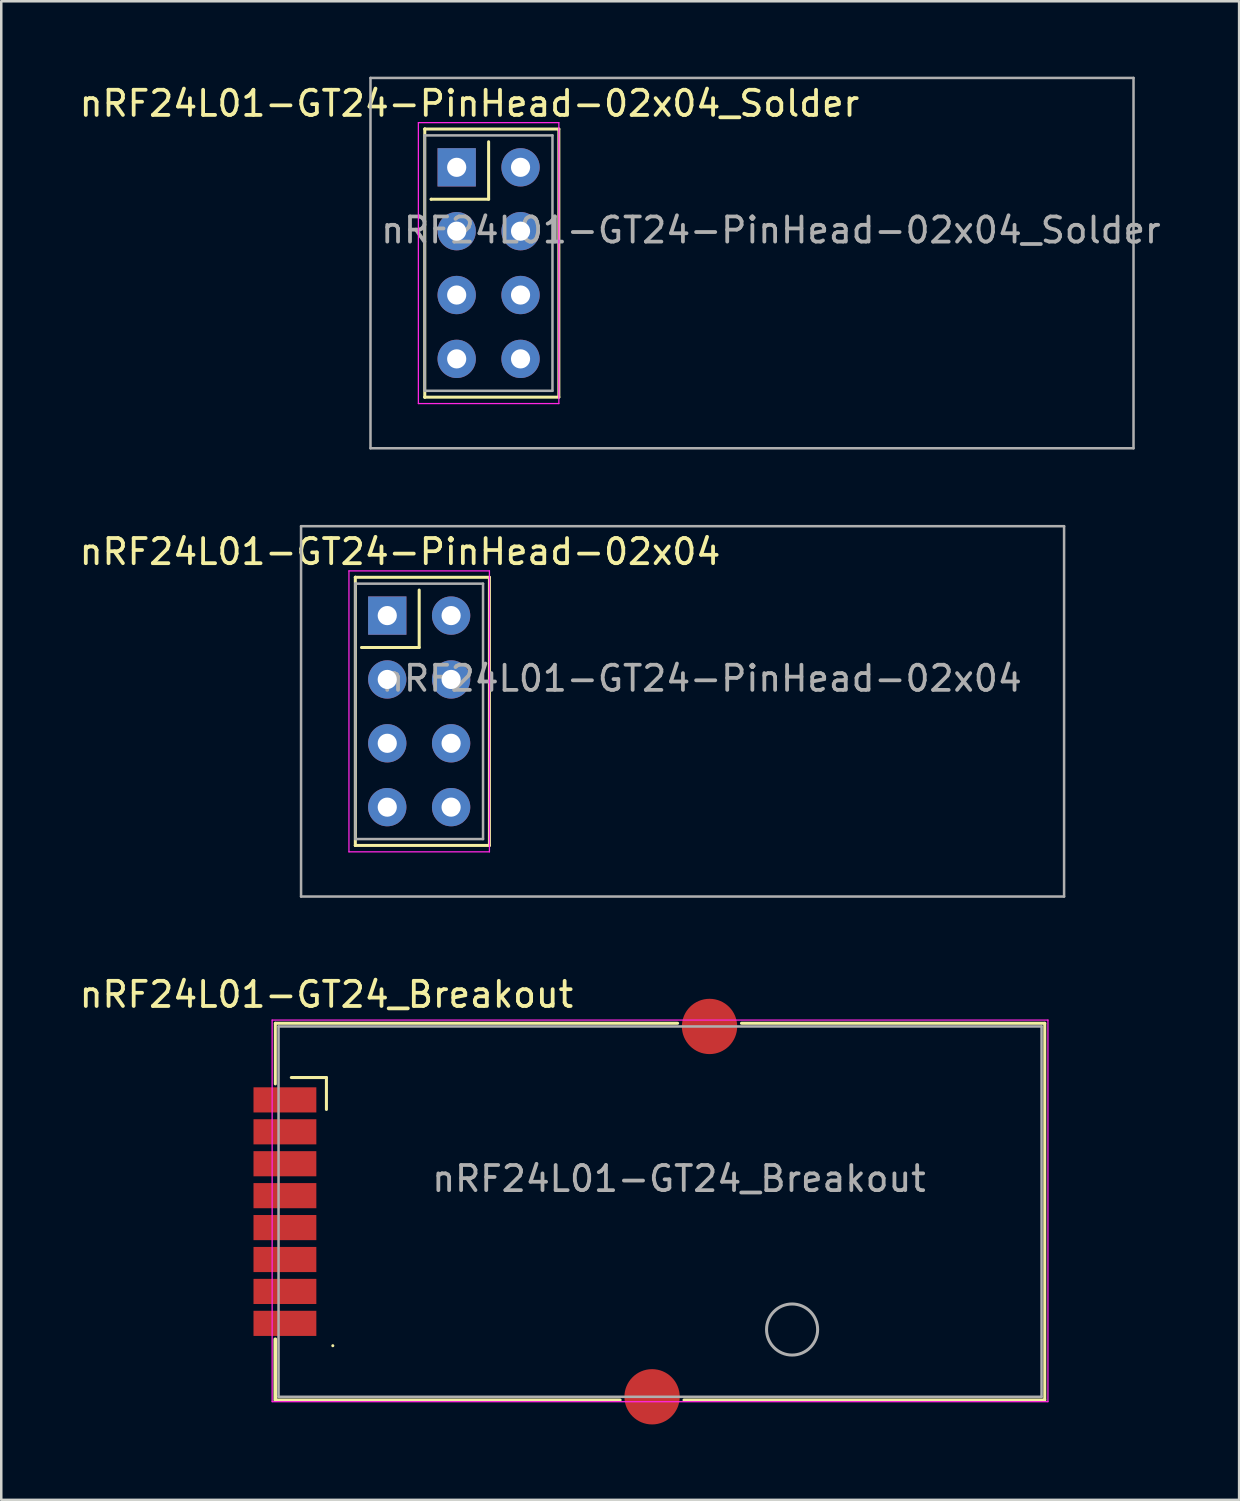
<source format=kicad_pcb>
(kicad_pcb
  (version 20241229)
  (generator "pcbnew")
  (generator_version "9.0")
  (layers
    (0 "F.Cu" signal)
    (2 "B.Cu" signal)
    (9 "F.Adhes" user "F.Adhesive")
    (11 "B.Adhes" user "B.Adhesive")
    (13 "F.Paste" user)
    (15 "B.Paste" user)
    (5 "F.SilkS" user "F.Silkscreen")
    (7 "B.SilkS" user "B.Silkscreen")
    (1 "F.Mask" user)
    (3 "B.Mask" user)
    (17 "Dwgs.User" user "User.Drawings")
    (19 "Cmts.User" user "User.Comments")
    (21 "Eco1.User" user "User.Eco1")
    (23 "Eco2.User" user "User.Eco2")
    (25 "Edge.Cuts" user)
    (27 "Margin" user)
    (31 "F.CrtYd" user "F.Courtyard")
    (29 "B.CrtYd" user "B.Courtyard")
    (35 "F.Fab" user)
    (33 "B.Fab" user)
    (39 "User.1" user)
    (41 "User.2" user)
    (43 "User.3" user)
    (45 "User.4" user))
  (footprint "nRF24L01-GT24-PinHead-02x04_Solder"
    (layer "F.Cu")
    (at 15.117 3.606)
    (property "Reference" "nRF24L01-GT24-PinHead-02x04_Solder" (at 0.508 -2.54 0) (layer "F.SilkS") (effects (font (size 1 1) (thickness 0.15))))
    (attr through_hole)
    (fp_line (start -1.27 -1.524) (end -1.27 -1.524) (stroke (width 0.12) (type solid)) (layer "F.SilkS"))
    (fp_line (start -1.27 -1.524) (end 4.064 -1.524) (stroke (width 0.12) (type solid)) (layer "F.SilkS"))
    (fp_line (start -1.27 9.144) (end -1.27 -1.524) (stroke (width 0.12) (type solid)) (layer "F.SilkS"))
    (fp_line (start -1.27 9.144) (end -1.27 9.144) (stroke (width 0.12) (type solid)) (layer "F.SilkS"))
    (fp_line (start -1.016 1.27) (end -1.016 1.27) (stroke (width 0.12) (type solid)) (layer "F.SilkS"))
    (fp_line (start 1.27 -1.016) (end 1.27 1.27) (stroke (width 0.12) (type solid)) (layer "F.SilkS"))
    (fp_line (start 1.27 1.27) (end -1.016 1.27) (stroke (width 0.12) (type solid)) (layer "F.SilkS"))
    (fp_line (start 4.064 -1.524) (end 4.064 9.144) (stroke (width 0.12) (type solid)) (layer "F.SilkS"))
    (fp_line (start 4.064 9.144) (end -1.27 9.144) (stroke (width 0.12) (type solid)) (layer "F.SilkS"))
    (fp_line (start -1.524 -1.778) (end -1.524 9.398) (stroke (width 0.05) (type solid)) (layer "F.CrtYd"))
    (fp_line (start -1.524 9.398) (end 4.064 9.398) (stroke (width 0.05) (type solid)) (layer "F.CrtYd"))
    (fp_line (start 4.064 -1.778) (end -1.524 -1.778) (stroke (width 0.05) (type solid)) (layer "F.CrtYd"))
    (fp_line (start 4.064 9.398) (end 4.064 -1.778) (stroke (width 0.05) (type solid)) (layer "F.CrtYd"))
    (fp_line (start -3.429 -3.556) (end 26.924 -3.556) (stroke (width 0.1) (type solid)) (layer "F.Fab"))
    (fp_line (start -3.429 11.176) (end -3.429 -3.556) (stroke (width 0.1) (type solid)) (layer "F.Fab"))
    (fp_line (start -1.27 -1.27) (end -1.27 -1.27) (stroke (width 0.1) (type solid)) (layer "F.Fab"))
    (fp_line (start -1.27 -1.27) (end 3.81 -1.27) (stroke (width 0.1) (type solid)) (layer "F.Fab"))
    (fp_line (start -1.27 8.89) (end -1.27 -1.27) (stroke (width 0.1) (type solid)) (layer "F.Fab"))
    (fp_line (start 3.81 -1.27) (end 3.81 8.89) (stroke (width 0.1) (type solid)) (layer "F.Fab"))
    (fp_line (start 3.81 8.89) (end -1.27 8.89) (stroke (width 0.1) (type solid)) (layer "F.Fab"))
    (fp_line (start 26.924 -3.556) (end 26.924 11.176) (stroke (width 0.1) (type solid)) (layer "F.Fab"))
    (fp_line (start 26.924 11.176) (end -3.429 11.176) (stroke (width 0.1) (type solid)) (layer "F.Fab"))
    (fp_text user "${REFERENCE}" (at 12.5 2.5 0) (layer "F.Fab") (effects (font (size 1 1) (thickness 0.15))))
    (pad "1" thru_hole rect (at 0 0) (size 1.524 1.524) (drill 0.762) (layers "*.Cu" "*.Mask"))
    (pad "2" thru_hole circle (at 2.54 0) (size 1.524 1.524) (drill 0.762) (layers "*.Cu" "*.Mask"))
    (pad "3" thru_hole circle (at 0 2.54) (size 1.524 1.524) (drill 0.762) (layers "*.Cu" "*.Mask"))
    (pad "4" thru_hole circle (at 2.54 2.54) (size 1.524 1.524) (drill 0.762) (layers "*.Cu" "*.Mask"))
    (pad "5" thru_hole circle (at 0 5.08) (size 1.524 1.524) (drill 0.762) (layers "*.Cu" "*.Mask"))
    (pad "6" thru_hole circle (at 2.54 5.08) (size 1.524 1.524) (drill 0.762) (layers "*.Cu" "*.Mask"))
    (pad "7" thru_hole circle (at 0 7.62) (size 1.524 1.524) (drill 0.762) (layers "*.Cu" "*.Mask"))
    (pad "8" thru_hole circle (at 2.54 7.62) (size 1.524 1.524) (drill 0.762) (layers "*.Cu" "*.Mask")))
  (footprint "nRF24L01-GT24_Breakout"
    (layer "F.Cu")
    (at 11.459 41.338)
    (property "Reference" "nRF24L01-GT24_Breakout" (at -1.524 -4.826 0) (layer "F.SilkS") (effects (font (size 1 1) (thickness 0.15))))
    (attr through_hole)
    (fp_line (start -3.556 -3.683) (end 12.446 -3.683) (stroke (width 0.12) (type solid)) (layer "F.SilkS"))
    (fp_line (start -3.556 -1.27) (end -3.556 -3.683) (stroke (width 0.12) (type solid)) (layer "F.SilkS"))
    (fp_line (start -3.556 8.89) (end -3.556 11.303) (stroke (width 0.15) (type solid)) (layer "F.SilkS"))
    (fp_line (start -1.524 -1.524) (end -2.921 -1.524) (stroke (width 0.12) (type solid)) (layer "F.SilkS"))
    (fp_line (start -1.524 -0.254) (end -1.524 -1.524) (stroke (width 0.12) (type solid)) (layer "F.SilkS"))
    (fp_line (start -1.27 9.144) (end -1.27 9.144) (stroke (width 0.12) (type solid)) (layer "F.SilkS"))
    (fp_line (start 10.16 11.303) (end -3.556 11.303) (stroke (width 0.12) (type solid)) (layer "F.SilkS"))
    (fp_line (start 12.7 11.303) (end 27.051 11.303) (stroke (width 0.12) (type solid)) (layer "F.SilkS"))
    (fp_line (start 14.986 -3.683) (end 27.051 -3.683) (stroke (width 0.12) (type solid)) (layer "F.SilkS"))
    (fp_line (start 27.051 -3.683) (end 27.051 11.303) (stroke (width 0.12) (type solid)) (layer "F.SilkS"))
    (fp_line (start -3.683 -3.81) (end -3.683 11.37) (stroke (width 0.05) (type solid)) (layer "F.CrtYd"))
    (fp_line (start -3.683 11.37) (end 27.178 11.37) (stroke (width 0.05) (type solid)) (layer "F.CrtYd"))
    (fp_line (start 27.178 -3.81) (end -3.683 -3.81) (stroke (width 0.05) (type solid)) (layer "F.CrtYd"))
    (fp_line (start 27.178 11.37) (end 27.178 -3.81) (stroke (width 0.05) (type solid)) (layer "F.CrtYd"))
    (fp_line (start -3.429 -3.556) (end 26.924 -3.556) (stroke (width 0.1) (type solid)) (layer "F.Fab"))
    (fp_line (start -3.429 11.176) (end -3.429 -3.556) (stroke (width 0.1) (type solid)) (layer "F.Fab"))
    (fp_line (start 26.924 -3.556) (end 26.924 11.176) (stroke (width 0.1) (type solid)) (layer "F.Fab"))
    (fp_line (start 26.924 11.176) (end -3.429 11.176) (stroke (width 0.1) (type solid)) (layer "F.Fab"))
    (fp_circle (center 17 8.5) (end 18.016 8.5) (stroke (width 0.12) (type solid)) (fill no) (layer "F.Fab"))
    (fp_text user "${REFERENCE}" (at 12.5 2.5 0) (layer "F.Fab") (effects (font (size 1 1) (thickness 0.15))))
    (pad "1" smd rect (at -3.175 8.255) (size 2.5 1) (layers "F.Cu" "F.Mask" "F.Paste"))
    (pad "1" smd circle (at 11.43 11.176) (size 2.2 2.2) (layers "F.Cu" "F.Mask" "F.Paste"))
    (pad "1" smd circle (at 13.716 -3.556) (size 2.2 2.2) (layers "F.Cu" "F.Mask" "F.Paste"))
    (pad "2" smd rect (at -3.175 -0.635) (size 2.5 1) (layers "F.Cu" "F.Mask" "F.Paste"))
    (pad "3" smd rect (at -3.175 0.635) (size 2.5 1) (layers "F.Cu" "F.Mask" "F.Paste"))
    (pad "4" smd rect (at -3.175 1.905) (size 2.5 1) (layers "F.Cu" "F.Mask" "F.Paste"))
    (pad "5" smd rect (at -3.175 3.175) (size 2.5 1) (layers "F.Cu" "F.Mask" "F.Paste"))
    (pad "6" smd rect (at -3.175 4.445) (size 2.5 1) (layers "F.Cu" "F.Mask" "F.Paste"))
    (pad "7" smd rect (at -3.175 5.715) (size 2.5 1) (layers "F.Cu" "F.Mask" "F.Paste"))
    (pad "8" smd rect (at -3.175 6.985) (size 2.5 1) (layers "F.Cu" "F.Mask" "F.Paste")))
  (footprint "nRF24L01-GT24-PinHead-02x04"
    (layer "F.Cu")
    (at 12.355 21.438)
    (property "Reference" "nRF24L01-GT24-PinHead-02x04" (at 0.508 -2.54 0) (layer "F.SilkS") (effects (font (size 1 1) (thickness 0.15))))
    (attr through_hole)
    (fp_line (start -1.27 -1.524) (end -1.27 -1.524) (stroke (width 0.12) (type solid)) (layer "F.SilkS"))
    (fp_line (start -1.27 -1.524) (end 4.064 -1.524) (stroke (width 0.12) (type solid)) (layer "F.SilkS"))
    (fp_line (start -1.27 9.144) (end -1.27 -1.524) (stroke (width 0.12) (type solid)) (layer "F.SilkS"))
    (fp_line (start -1.27 9.144) (end -1.27 9.144) (stroke (width 0.12) (type solid)) (layer "F.SilkS"))
    (fp_line (start -1.016 1.27) (end -1.016 1.27) (stroke (width 0.12) (type solid)) (layer "F.SilkS"))
    (fp_line (start 1.27 -1.016) (end 1.27 1.27) (stroke (width 0.12) (type solid)) (layer "F.SilkS"))
    (fp_line (start 1.27 1.27) (end -1.016 1.27) (stroke (width 0.12) (type solid)) (layer "F.SilkS"))
    (fp_line (start 4.064 -1.524) (end 4.064 9.144) (stroke (width 0.12) (type solid)) (layer "F.SilkS"))
    (fp_line (start 4.064 9.144) (end -1.27 9.144) (stroke (width 0.12) (type solid)) (layer "F.SilkS"))
    (fp_line (start -1.524 -1.778) (end -1.524 9.398) (stroke (width 0.05) (type solid)) (layer "F.CrtYd"))
    (fp_line (start -1.524 9.398) (end 4.064 9.398) (stroke (width 0.05) (type solid)) (layer "F.CrtYd"))
    (fp_line (start 4.064 -1.778) (end -1.524 -1.778) (stroke (width 0.05) (type solid)) (layer "F.CrtYd"))
    (fp_line (start 4.064 9.398) (end 4.064 -1.778) (stroke (width 0.05) (type solid)) (layer "F.CrtYd"))
    (fp_line (start -3.429 -3.556) (end 26.924 -3.556) (stroke (width 0.1) (type solid)) (layer "F.Fab"))
    (fp_line (start -3.429 11.176) (end -3.429 -3.556) (stroke (width 0.1) (type solid)) (layer "F.Fab"))
    (fp_line (start -1.27 -1.27) (end -1.27 -1.27) (stroke (width 0.1) (type solid)) (layer "F.Fab"))
    (fp_line (start -1.27 -1.27) (end 3.81 -1.27) (stroke (width 0.1) (type solid)) (layer "F.Fab"))
    (fp_line (start -1.27 8.89) (end -1.27 -1.27) (stroke (width 0.1) (type solid)) (layer "F.Fab"))
    (fp_line (start 3.81 -1.27) (end 3.81 8.89) (stroke (width 0.1) (type solid)) (layer "F.Fab"))
    (fp_line (start 3.81 8.89) (end -1.27 8.89) (stroke (width 0.1) (type solid)) (layer "F.Fab"))
    (fp_line (start 26.924 -3.556) (end 26.924 11.176) (stroke (width 0.1) (type solid)) (layer "F.Fab"))
    (fp_line (start 26.924 11.176) (end -3.429 11.176) (stroke (width 0.1) (type solid)) (layer "F.Fab"))
    (fp_text user "${REFERENCE}" (at 12.5 2.5 0) (layer "F.Fab") (effects (font (size 1 1) (thickness 0.15))))
    (pad "1" thru_hole rect (at 0 0) (size 1.524 1.524) (drill 0.762) (layers "*.Cu" "*.Mask"))
    (pad "2" thru_hole circle (at 2.54 0) (size 1.524 1.524) (drill 0.762) (layers "*.Cu" "*.Mask"))
    (pad "3" thru_hole circle (at 0 2.54) (size 1.524 1.524) (drill 0.762) (layers "*.Cu" "*.Mask"))
    (pad "4" thru_hole circle (at 2.54 2.54) (size 1.524 1.524) (drill 0.762) (layers "*.Cu" "*.Mask"))
    (pad "5" thru_hole circle (at 0 5.08) (size 1.524 1.524) (drill 0.762) (layers "*.Cu" "*.Mask"))
    (pad "6" thru_hole circle (at 2.54 5.08) (size 1.524 1.524) (drill 0.762) (layers "*.Cu" "*.Mask"))
    (pad "7" thru_hole circle (at 0 7.62) (size 1.524 1.524) (drill 0.762) (layers "*.Cu" "*.Mask"))
    (pad "8" thru_hole circle (at 2.54 7.62) (size 1.524 1.524) (drill 0.762) (layers "*.Cu" "*.Mask")))
  (gr_rect
    (start -3 -3)
    (end 46.242 56.614)
    (stroke (width 0.1) (type default))
    (fill no)
    (layer "Edge.Cuts")))
</source>
